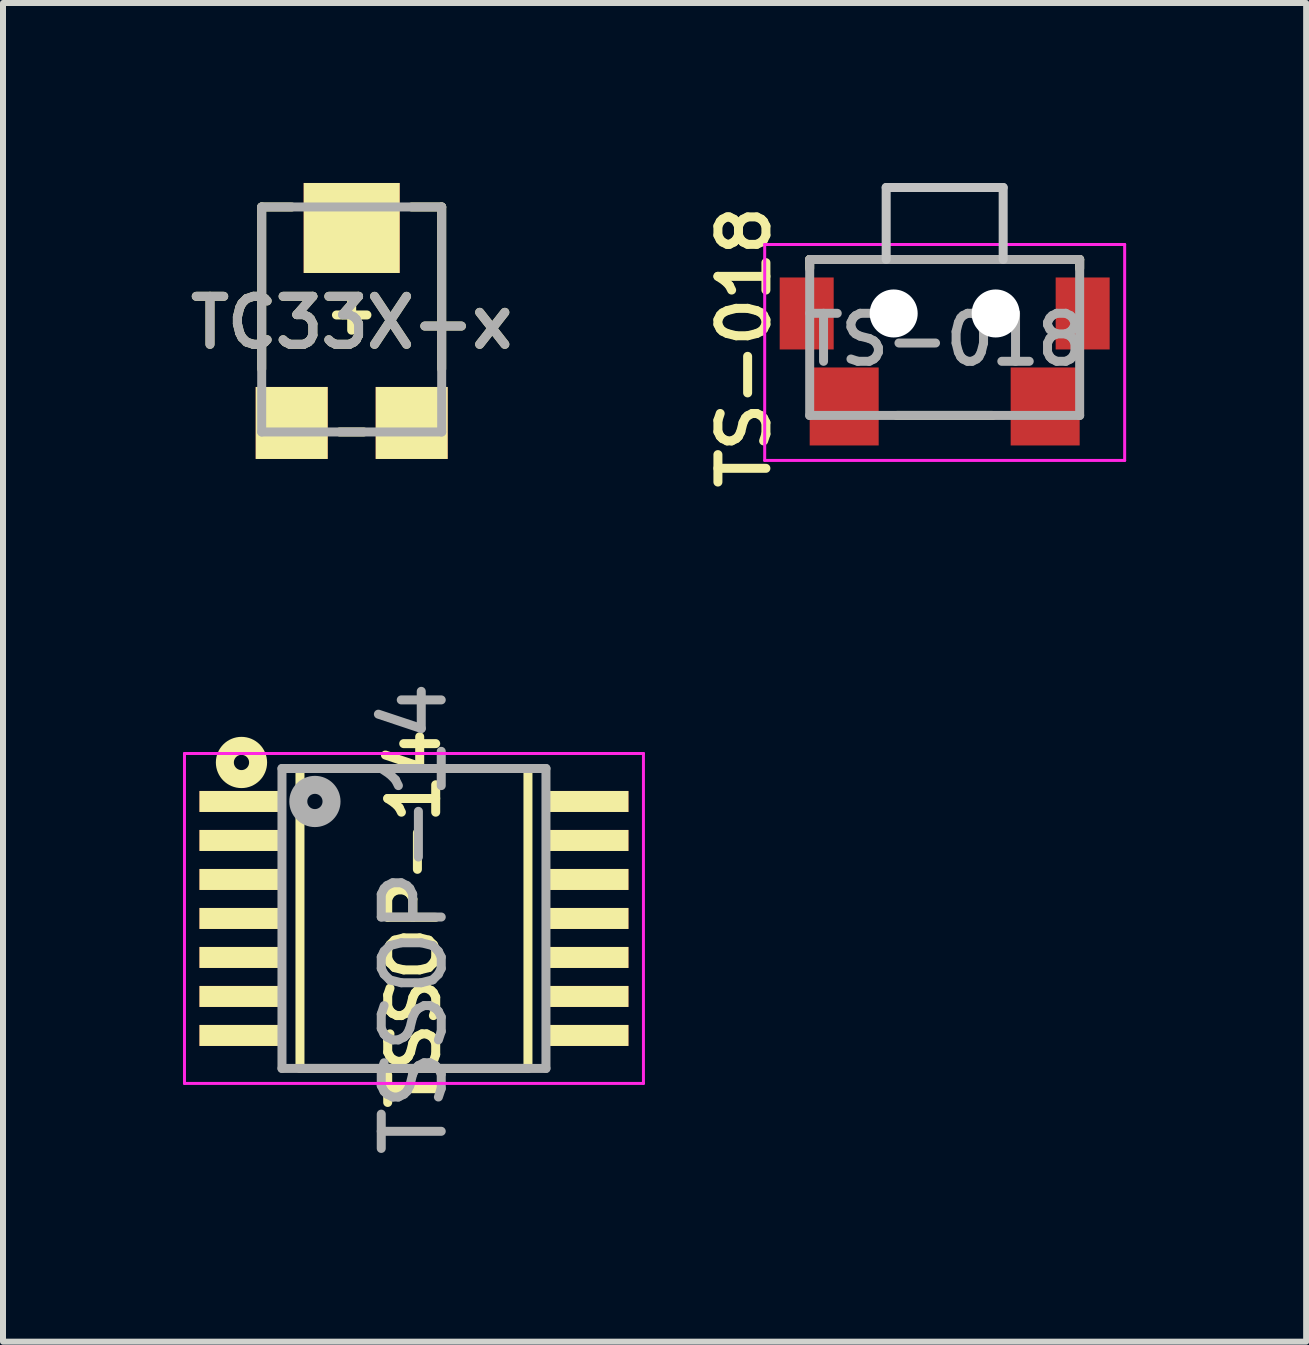
<source format=kicad_pcb>
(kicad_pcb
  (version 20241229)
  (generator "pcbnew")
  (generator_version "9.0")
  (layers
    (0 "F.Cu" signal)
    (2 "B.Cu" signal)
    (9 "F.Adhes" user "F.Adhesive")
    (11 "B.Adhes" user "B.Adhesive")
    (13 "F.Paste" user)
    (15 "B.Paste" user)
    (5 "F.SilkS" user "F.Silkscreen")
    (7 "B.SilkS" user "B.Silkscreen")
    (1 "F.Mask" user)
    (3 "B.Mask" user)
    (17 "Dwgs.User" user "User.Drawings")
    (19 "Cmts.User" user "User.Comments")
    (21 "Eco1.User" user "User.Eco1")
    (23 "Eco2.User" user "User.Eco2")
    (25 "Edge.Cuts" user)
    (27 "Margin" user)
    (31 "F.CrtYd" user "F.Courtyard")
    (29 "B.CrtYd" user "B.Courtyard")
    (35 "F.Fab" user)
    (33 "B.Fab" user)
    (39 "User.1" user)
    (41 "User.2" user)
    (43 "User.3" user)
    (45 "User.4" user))
  (footprint "TS-018"
    (layer "F.Cu")
    (at 12.696 1.975)
    (property "Reference" "TS-018" (at -3.342 0.762 90) (layer "F.SilkS") (effects (font (size 0.8 0.8) (thickness 0.15))))
    (attr through_hole)
    (fp_line (start -2.25 -0.7) (end 2.25 -0.7) (stroke (width 0.15) (type solid)) (layer "F.SilkS"))
    (fp_line (start -2.25 -0.55) (end -2.25 -0.7) (stroke (width 0.15) (type solid)) (layer "F.SilkS"))
    (fp_line (start -0.8 1.9) (end 0.8 1.9) (stroke (width 0.15) (type solid)) (layer "F.SilkS"))
    (fp_line (start 2.25 -0.7) (end 2.25 -0.55) (stroke (width 0.15) (type solid)) (layer "F.SilkS"))
    (fp_line (start -0.975 -1.9) (end 0.975 -1.9) (stroke (width 0.15) (type solid)) (layer "Dwgs.User"))
    (fp_line (start -0.975 -0.7) (end -0.975 -1.9) (stroke (width 0.15) (type solid)) (layer "Dwgs.User"))
    (fp_line (start 0.975 -0.7) (end 0.975 -1.9) (stroke (width 0.15) (type solid)) (layer "Dwgs.User"))
    (fp_line (start -3 -0.95) (end 3 -0.95) (stroke (width 0.05) (type solid)) (layer "F.CrtYd"))
    (fp_line (start -3 2.65) (end -3 -0.95) (stroke (width 0.05) (type solid)) (layer "F.CrtYd"))
    (fp_line (start 3 -0.95) (end 3 2.65) (stroke (width 0.05) (type solid)) (layer "F.CrtYd"))
    (fp_line (start 3 2.65) (end -3 2.65) (stroke (width 0.05) (type solid)) (layer "F.CrtYd"))
    (fp_line (start -2.25 -0.7) (end -2.25 1.9) (stroke (width 0.15) (type solid)) (layer "F.Fab"))
    (fp_line (start -2.25 -0.7) (end 2.25 -0.7) (stroke (width 0.15) (type solid)) (layer "F.Fab"))
    (fp_line (start -2.25 1.9) (end 2.25 1.9) (stroke (width 0.15) (type solid)) (layer "F.Fab"))
    (fp_line (start 2.25 -0.7) (end 2.25 1.9) (stroke (width 0.15) (type solid)) (layer "F.Fab"))
    (fp_text user "${REFERENCE}" (at 0 0.635 0) (layer "F.Fab") (effects (font (size 0.8 0.8) (thickness 0.15))))
    (pad "" np_thru_hole circle (at -0.85 0.2) (size 0.8 0.8) (drill 0.8) (layers "*.Cu" "*.Mask"))
    (pad "" np_thru_hole circle (at 0.85 0.2) (size 0.8 0.8) (drill 0.8) (layers "*.Cu" "*.Mask"))
    (pad "1" smd rect (at -1.675 1.75) (size 1.15 1.3) (layers "F.Cu" "F.Mask" "F.Paste"))
    (pad "2" smd rect (at 1.675 1.75) (size 1.15 1.3) (layers "F.Cu" "F.Mask" "F.Paste"))
    (pad "3" smd rect (at 2.3 0.2) (size 0.9 1.2) (layers "F.Cu" "F.Mask" "F.Paste"))
    (pad "4" smd rect (at -2.3 0.2) (size 0.9 1.2) (layers "F.Cu" "F.Mask" "F.Paste")))
  (footprint "TSSOP-14"
    (layer "F.Cu")
    (at 3.85 12.259)
    (property "Reference" "TSSOP-14" (at 0 0 90) (layer "F.SilkS") (effects (font (size 0.8 0.8) (thickness 0.15))))
    (attr through_hole)
    (fp_line (start -1.9 -2.5) (end -1.9 2.5) (stroke (width 0.15) (type solid)) (layer "F.SilkS"))
    (fp_line (start -1.9 -2.5) (end 1.9 -2.5) (stroke (width 0.15) (type solid)) (layer "F.SilkS"))
    (fp_line (start -1.9 2.5) (end 1.9 2.5) (stroke (width 0.15) (type solid)) (layer "F.SilkS"))
    (fp_line (start 1.9 -2.5) (end 1.9 2.5) (stroke (width 0.15) (type solid)) (layer "F.SilkS"))
    (fp_circle (center -2.875 -2.6) (end -3.002 -2.6) (stroke (width 0.3) (type solid)) (fill no) (layer "F.SilkS"))
    (fp_line (start -3.825 -2.75) (end -3.825 2.75) (stroke (width 0.05) (type solid)) (layer "F.CrtYd"))
    (fp_line (start -3.825 -2.75) (end 3.825 -2.75) (stroke (width 0.05) (type solid)) (layer "F.CrtYd"))
    (fp_line (start -3.825 2.75) (end 3.825 2.75) (stroke (width 0.05) (type solid)) (layer "F.CrtYd"))
    (fp_line (start 3.825 -2.75) (end 3.825 2.75) (stroke (width 0.05) (type solid)) (layer "F.CrtYd"))
    (fp_line (start -2.2 -2.5) (end -2.2 2.5) (stroke (width 0.15) (type solid)) (layer "F.Fab"))
    (fp_line (start -2.2 -2.5) (end 2.2 -2.5) (stroke (width 0.15) (type solid)) (layer "F.Fab"))
    (fp_line (start -2.2 2.5) (end 2.2 2.5) (stroke (width 0.15) (type solid)) (layer "F.Fab"))
    (fp_line (start 2.2 -2.5) (end 2.2 2.5) (stroke (width 0.15) (type solid)) (layer "F.Fab"))
    (fp_circle (center -1.651 -1.95) (end -1.778 -1.95) (stroke (width 0.3) (type solid)) (fill no) (layer "F.Fab"))
    (fp_text user "${REFERENCE}" (at 0 0 90) (layer "F.Fab") (effects (font (size 1 1) (thickness 0.15))))
    (pad "1" smd rect (at -2.875 -1.95) (size 1.4 0.35) (layers "F.Cu" "F.Mask" "F.SilkS" "F.Paste"))
    (pad "2" smd rect (at -2.875 -1.3) (size 1.4 0.35) (layers "F.Cu" "F.Mask" "F.SilkS" "F.Paste"))
    (pad "3" smd rect (at -2.875 -0.65) (size 1.4 0.35) (layers "F.Cu" "F.Mask" "F.SilkS" "F.Paste"))
    (pad "4" smd rect (at -2.875 0) (size 1.4 0.35) (layers "F.Cu" "F.Mask" "F.SilkS" "F.Paste"))
    (pad "5" smd rect (at -2.875 0.65) (size 1.4 0.35) (layers "F.Cu" "F.Mask" "F.SilkS" "F.Paste"))
    (pad "6" smd rect (at -2.875 1.3) (size 1.4 0.35) (layers "F.Cu" "F.Mask" "F.SilkS" "F.Paste"))
    (pad "7" smd rect (at -2.875 1.95) (size 1.4 0.35) (layers "F.Cu" "F.Mask" "F.SilkS" "F.Paste"))
    (pad "8" smd rect (at 2.875 1.95) (size 1.4 0.35) (layers "F.Cu" "F.Mask" "F.SilkS" "F.Paste"))
    (pad "9" smd rect (at 2.875 1.3) (size 1.4 0.35) (layers "F.Cu" "F.Mask" "F.SilkS" "F.Paste"))
    (pad "10" smd rect (at 2.875 0.65) (size 1.4 0.35) (layers "F.Cu" "F.Mask" "F.SilkS" "F.Paste"))
    (pad "11" smd rect (at 2.875 0) (size 1.4 0.35) (layers "F.Cu" "F.Mask" "F.SilkS" "F.Paste"))
    (pad "12" smd rect (at 2.875 -0.65) (size 1.4 0.35) (layers "F.Cu" "F.Mask" "F.SilkS" "F.Paste"))
    (pad "13" smd rect (at 2.875 -1.3) (size 1.4 0.35) (layers "F.Cu" "F.Mask" "F.SilkS" "F.Paste"))
    (pad "14" smd rect (at 2.875 -1.95) (size 1.4 0.35) (layers "F.Cu" "F.Mask" "F.SilkS" "F.Paste")))
  (footprint "TC33X-x"
    (layer "F.Cu")
    (at 2.812 2.2)
    (property "Reference" "TC33X-x" (at 0 0.127 180) (layer "F.SilkS") (effects (font (size 0.8 0.8) (thickness 0.15))))
    (attr through_hole)
    (fp_line (start -1.5 -1.8) (end -1.5 0.9) (stroke (width 0.15) (type solid)) (layer "F.SilkS"))
    (fp_line (start -1 -1.8) (end -1.5 -1.8) (stroke (width 0.15) (type solid)) (layer "F.SilkS"))
    (fp_line (start -0.254 0) (end 0.254 0) (stroke (width 0.15) (type solid)) (layer "F.SilkS"))
    (fp_line (start -0.2 1.95) (end 0.2 1.95) (stroke (width 0.15) (type solid)) (layer "F.SilkS"))
    (fp_line (start 0 -0.254) (end 0 0.254) (stroke (width 0.15) (type solid)) (layer "F.SilkS"))
    (fp_line (start 1.5 -1.8) (end 1 -1.8) (stroke (width 0.15) (type solid)) (layer "F.SilkS"))
    (fp_line (start 1.5 -1.8) (end 1.5 0.9) (stroke (width 0.15) (type solid)) (layer "F.SilkS"))
    (fp_line (start -1.5 -1.8) (end -1.5 1.95) (stroke (width 0.15) (type solid)) (layer "F.Fab"))
    (fp_line (start -1.5 1.95) (end 1.5 1.95) (stroke (width 0.15) (type solid)) (layer "F.Fab"))
    (fp_line (start 1.5 -1.8) (end -1.5 -1.8) (stroke (width 0.15) (type solid)) (layer "F.Fab"))
    (fp_line (start 1.5 -1.8) (end 1.5 1.95) (stroke (width 0.15) (type solid)) (layer "F.Fab"))
    (fp_text user "${REFERENCE}" (at 0 0.127 0) (layer "F.Fab") (effects (font (size 0.8 0.8) (thickness 0.15))))
    (pad "1" smd rect (at -1 1.8) (size 1.2 1.2) (layers "F.Cu" "F.Mask" "F.SilkS" "F.Paste"))
    (pad "2" smd rect (at 0 -1.45) (size 1.6 1.5) (layers "F.Cu" "F.Mask" "F.SilkS" "F.Paste"))
    (pad "3" smd rect (at 1 1.8) (size 1.2 1.2) (layers "F.Cu" "F.Mask" "F.SilkS" "F.Paste")))
  (gr_rect
    (start -3 -3)
    (end 18.721 19.313)
    (stroke (width 0.1) (type default))
    (fill no)
    (layer "Edge.Cuts")))
</source>
